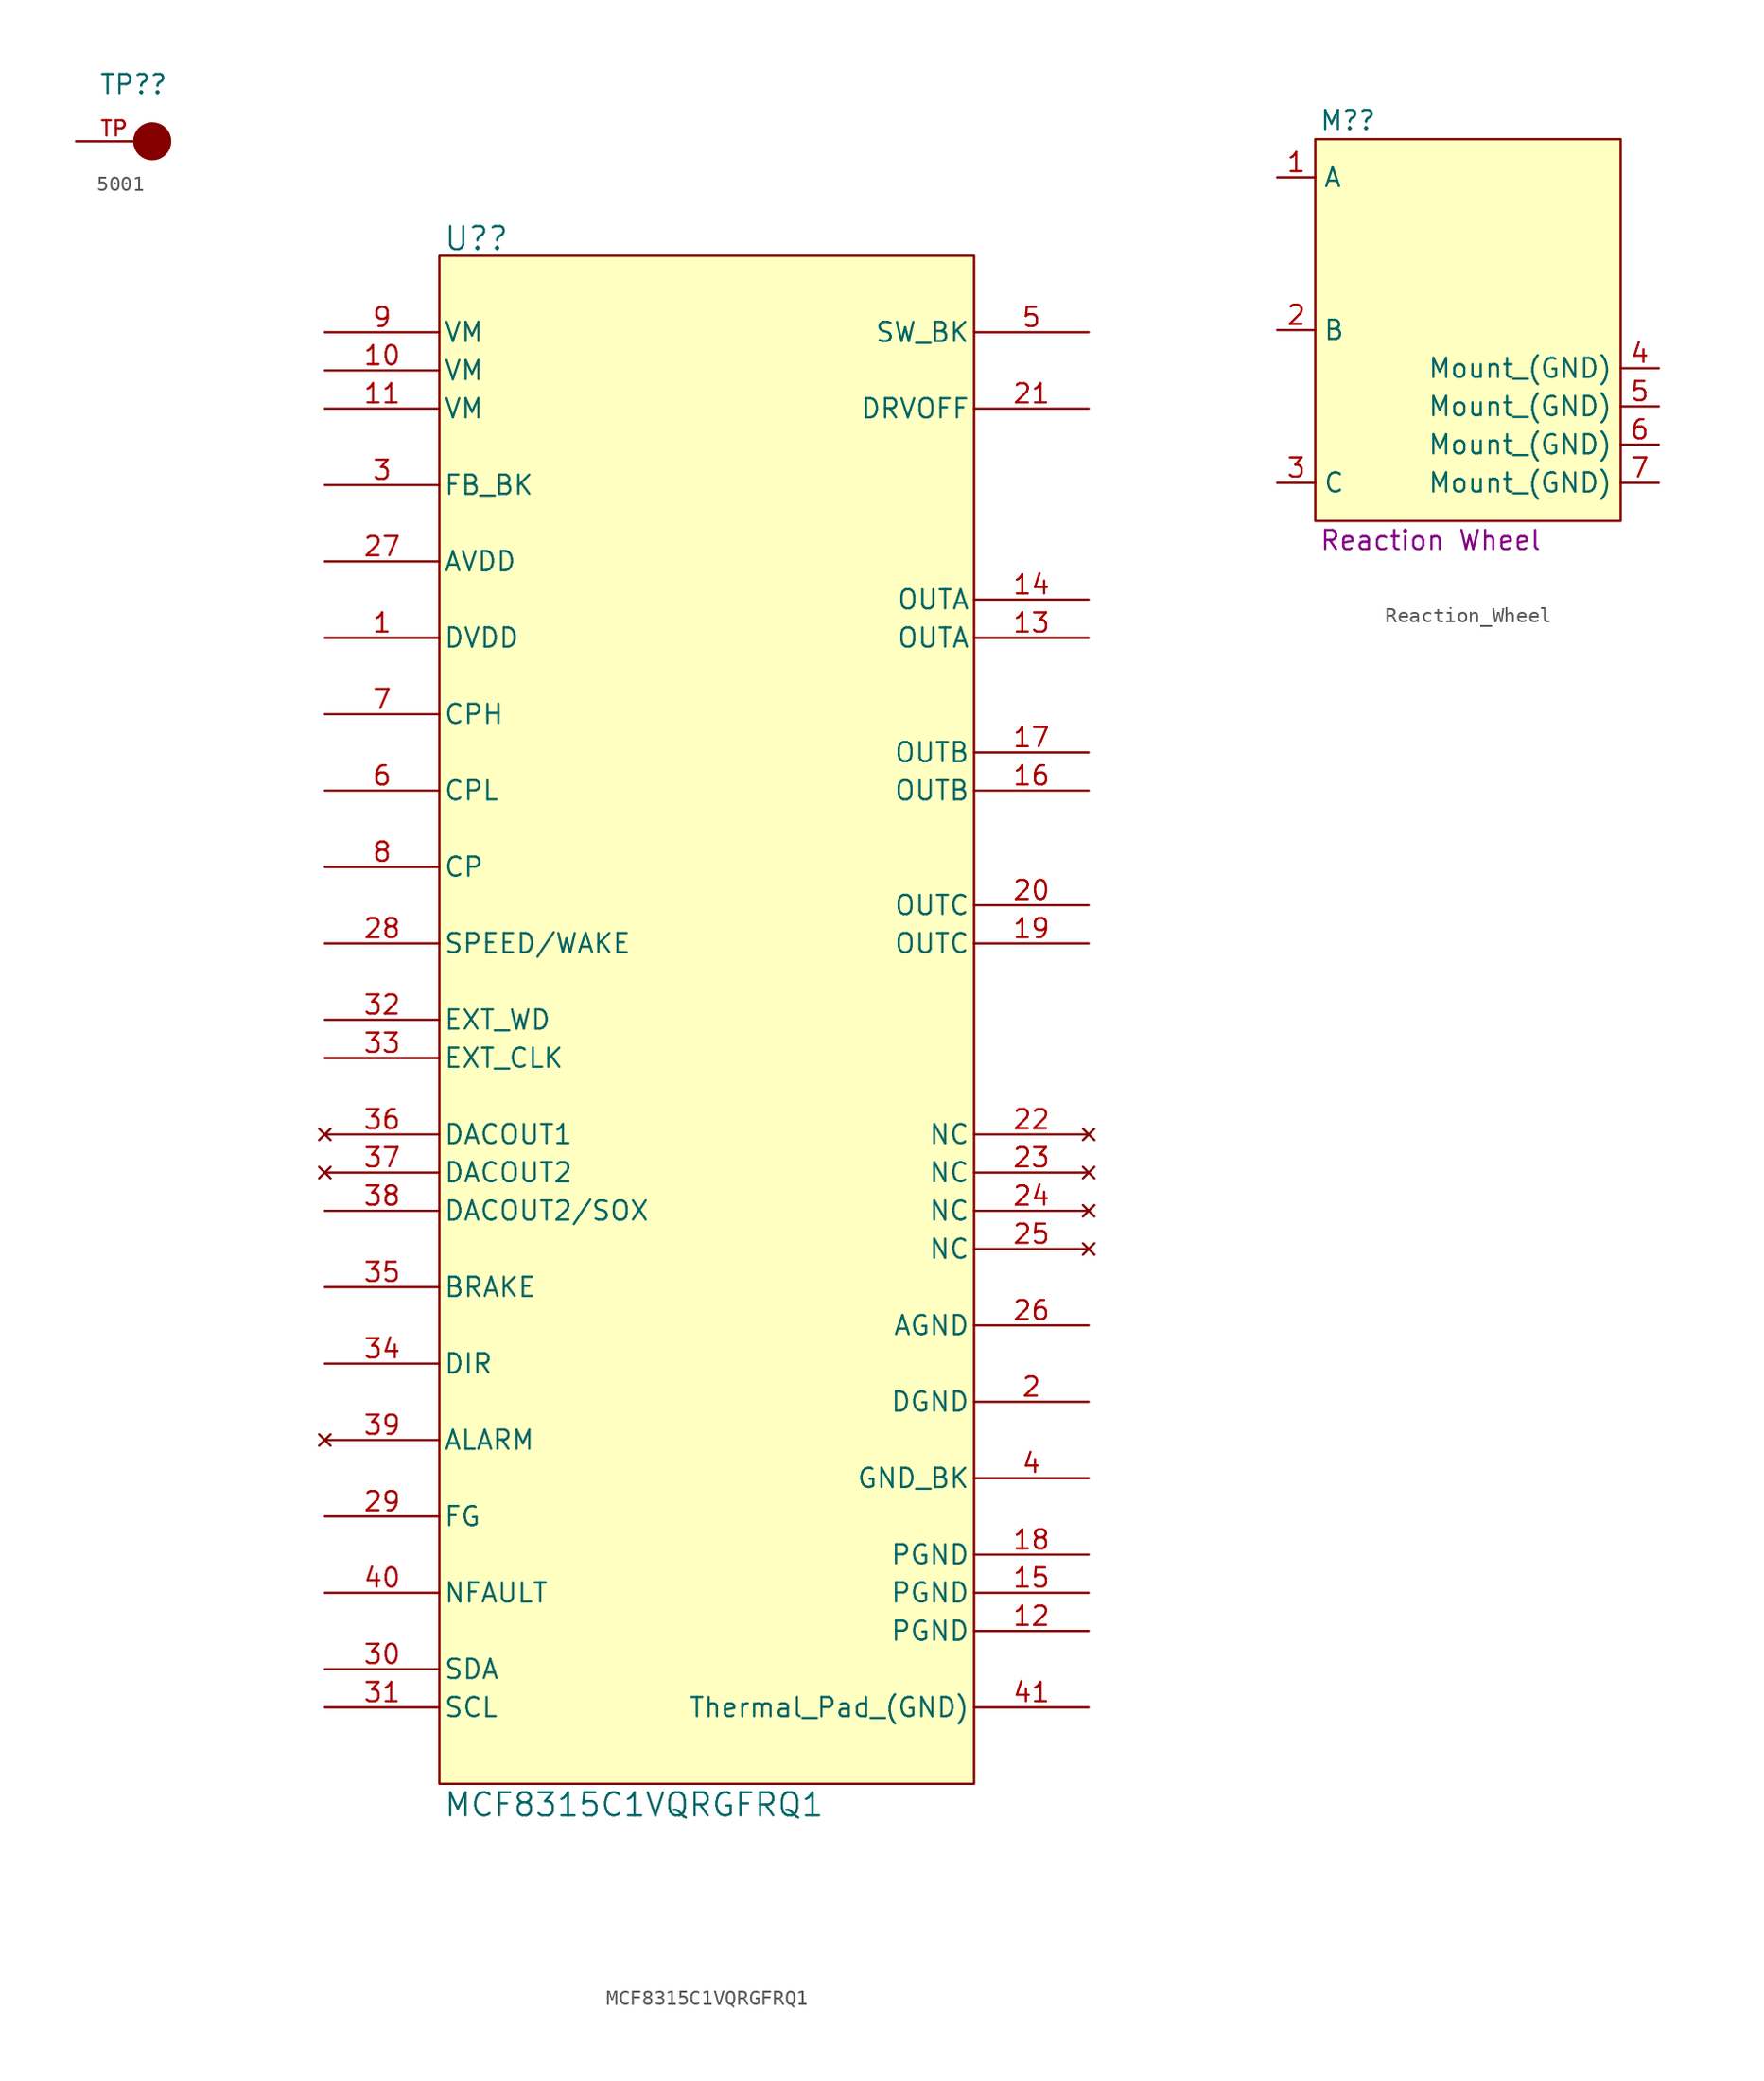
<source format=kicad_sym>
(kicad_symbol_lib
  (version 20231120)
  (generator "kicad_symbol_editor")
  (generator_version "8.0")
  (symbol "5001"
    (property "Reference" "TP?"
      (at -3.556 3.048 0)
      (do_not_autoplace)
      (effects (font (size 1.27 1.27)) (justify left bottom)))
    (property "Value" ""
      (at 0 0 0)
      (effects (font (size 1.27 1.27))))
    (symbol "5001_0_0"
      (circle (center 0 0) (radius 0.635) (stroke (width 1.27) (type default)) (fill (type none)))
      (pin passive line (at -5.08 0 0) (length 5.08) (name "~" (effects (font (size 1.016 1.016)))) (number "TP" (effects (font (size 1.016 1.016)))))))
  (symbol "MCF8315C1VQRGFRQ1"
    (pin_names
      (offset 0.254))
    (property "Reference" "U?"
      (at 0.254 0.254 0)
      (do_not_autoplace)
      (effects (font (size 1.524 1.524)) (justify left bottom)))
    (property "Value" "MCF8315C1VQRGFRQ1"
      (at 0.254 -103.886 0)
      (do_not_autoplace)
      (effects (font (face "KiCad Font") (size 1.524 1.524)) (justify left bottom)))
    (symbol "MCF8315C1VQRGFRQ1_0_1"
      (pin power_in line (at -7.62 -25.4 0) (length 7.62) (name "DVDD" (effects (font (size 1.27 1.27)))) (number "1" (effects (font (size 1.27 1.27)))))
      (pin power_in line (at -7.62 -7.62 0) (length 7.62) (name "VM" (effects (font (size 1.27 1.27)))) (number "10" (effects (font (size 1.27 1.27)))))
      (pin power_in line (at -7.62 -10.16 0) (length 7.62) (name "VM" (effects (font (size 1.27 1.27)))) (number "11" (effects (font (size 1.27 1.27)))))
      (pin power_out line (at 43.18 -91.44 180) (length 7.62) (name "PGND" (effects (font (size 1.27 1.27)))) (number "12" (effects (font (size 1.27 1.27)))))
      (pin output line (at 43.18 -25.4 180) (length 7.62) (name "OUTA" (effects (font (size 1.27 1.27)))) (number "13" (effects (font (size 1.27 1.27)))))
      (pin output line (at 43.18 -22.86 180) (length 7.62) (name "OUTA" (effects (font (size 1.27 1.27)))) (number "14" (effects (font (size 1.27 1.27)))))
      (pin power_in line (at 43.18 -88.9 180) (length 7.62) (name "PGND" (effects (font (size 1.27 1.27)))) (number "15" (effects (font (size 1.27 1.27)))))
      (pin output line (at 43.18 -35.56 180) (length 7.62) (name "OUTB" (effects (font (size 1.27 1.27)))) (number "16" (effects (font (size 1.27 1.27)))))
      (pin output line (at 43.18 -33.02 180) (length 7.62) (name "OUTB" (effects (font (size 1.27 1.27)))) (number "17" (effects (font (size 1.27 1.27)))))
      (pin power_in line (at 43.18 -86.36 180) (length 7.62) (name "PGND" (effects (font (size 1.27 1.27)))) (number "18" (effects (font (size 1.27 1.27)))))
      (pin output line (at 43.18 -45.72 180) (length 7.62) (name "OUTC" (effects (font (size 1.27 1.27)))) (number "19" (effects (font (size 1.27 1.27)))))
      (pin power_out line (at 43.18 -76.2 180) (length 7.62) (name "DGND" (effects (font (size 1.27 1.27)))) (number "2" (effects (font (size 1.27 1.27)))))
      (pin output line (at 43.18 -43.18 180) (length 7.62) (name "OUTC" (effects (font (size 1.27 1.27)))) (number "20" (effects (font (size 1.27 1.27)))))
      (pin input line (at 43.18 -10.16 180) (length 7.62) (name "DRVOFF" (effects (font (size 1.27 1.27)))) (number "21" (effects (font (size 1.27 1.27)))))
      (pin no_connect line (at 43.18 -58.42 180) (length 7.62) (name "NC" (effects (font (size 1.27 1.27)))) (number "22" (effects (font (size 1.27 1.27)))))
      (pin no_connect line (at 43.18 -60.96 180) (length 7.62) (name "NC" (effects (font (size 1.27 1.27)))) (number "23" (effects (font (size 1.27 1.27)))))
      (pin no_connect line (at 43.18 -63.5 180) (length 7.62) (name "NC" (effects (font (size 1.27 1.27)))) (number "24" (effects (font (size 1.27 1.27)))))
      (pin no_connect line (at 43.18 -66.04 180) (length 7.62) (name "NC" (effects (font (size 1.27 1.27)))) (number "25" (effects (font (size 1.27 1.27)))))
      (pin power_out line (at 43.18 -71.12 180) (length 7.62) (name "AGND" (effects (font (size 1.27 1.27)))) (number "26" (effects (font (size 1.27 1.27)))))
      (pin power_in line (at -7.62 -20.32 0) (length 7.62) (name "AVDD" (effects (font (size 1.27 1.27)))) (number "27" (effects (font (size 1.27 1.27)))))
      (pin input line (at -7.62 -45.72 0) (length 7.62) (name "SPEED/WAKE" (effects (font (size 1.27 1.27)))) (number "28" (effects (font (size 1.27 1.27)))))
      (pin output line (at -7.62 -83.82 0) (length 7.62) (name "FG" (effects (font (size 1.27 1.27)))) (number "29" (effects (font (size 1.27 1.27)))))
      (pin power_in line (at -7.62 -15.24 0) (length 7.62) (name "FB_BK" (effects (font (size 1.27 1.27)))) (number "3" (effects (font (size 1.27 1.27)))))
      (pin bidirectional line (at -7.62 -93.98 0) (length 7.62) (name "SDA" (effects (font (size 1.27 1.27)))) (number "30" (effects (font (size 1.27 1.27)))))
      (pin input line (at -7.62 -96.52 0) (length 7.62) (name "SCL" (effects (font (size 1.27 1.27)))) (number "31" (effects (font (size 1.27 1.27)))))
      (pin input line (at -7.62 -50.8 0) (length 7.62) (name "EXT_WD" (effects (font (size 1.27 1.27)))) (number "32" (effects (font (size 1.27 1.27)))))
      (pin input line (at -7.62 -53.34 0) (length 7.62) (name "EXT_CLK" (effects (font (size 1.27 1.27)))) (number "33" (effects (font (size 1.27 1.27)))))
      (pin input line (at -7.62 -73.66 0) (length 7.62) (name "DIR" (effects (font (size 1.27 1.27)))) (number "34" (effects (font (size 1.27 1.27)))))
      (pin input line (at -7.62 -68.58 0) (length 7.62) (name "BRAKE" (effects (font (size 1.27 1.27)))) (number "35" (effects (font (size 1.27 1.27)))))
      (pin no_connect line (at -7.62 -58.42 0) (length 7.62) (name "DACOUT1" (effects (font (size 1.27 1.27)))) (number "36" (effects (font (size 1.27 1.27)))))
      (pin no_connect line (at -7.62 -60.96 0) (length 7.62) (name "DACOUT2" (effects (font (size 1.27 1.27)))) (number "37" (effects (font (size 1.27 1.27)))))
      (pin output line (at -7.62 -63.5 0) (length 7.62) (name "DACOUT2/SOX" (effects (font (size 1.27 1.27)))) (number "38" (effects (font (size 1.27 1.27)))))
      (pin no_connect line (at -7.62 -78.74 0) (length 7.62) (name "ALARM" (effects (font (size 1.27 1.27)))) (number "39" (effects (font (size 1.27 1.27)))))
      (pin power_out line (at 43.18 -81.28 180) (length 7.62) (name "GND_BK" (effects (font (size 1.27 1.27)))) (number "4" (effects (font (size 1.27 1.27)))))
      (pin output line (at -7.62 -88.9 0) (length 7.62) (name "NFAULT" (effects (font (size 1.27 1.27)))) (number "40" (effects (font (size 1.27 1.27)))))
      (pin power_in line (at 43.18 -5.08 180) (length 7.62) (name "SW_BK" (effects (font (size 1.27 1.27)))) (number "5" (effects (font (size 1.27 1.27)))))
      (pin power_in line (at -7.62 -35.56 0) (length 7.62) (name "CPL" (effects (font (size 1.27 1.27)))) (number "6" (effects (font (size 1.27 1.27)))))
      (pin power_in line (at -7.62 -30.48 0) (length 7.62) (name "CPH" (effects (font (size 1.27 1.27)))) (number "7" (effects (font (size 1.27 1.27)))))
      (pin power_in line (at -7.62 -40.64 0) (length 7.62) (name "CP" (effects (font (size 1.27 1.27)))) (number "8" (effects (font (size 1.27 1.27)))))
      (pin power_in line (at -7.62 -5.08 0) (length 7.62) (name "VM" (effects (font (size 1.27 1.27)))) (number "9" (effects (font (size 1.27 1.27))))))
    (symbol "MCF8315C1VQRGFRQ1_1_1"
      (rectangle (start 0 0) (end 35.56 -101.6) (stroke (width 0) (type default)) (fill (type background)))
      (pin power_out line (at 43.18 -96.52 180) (length 7.62) (name "Thermal_Pad_(GND)" (effects (font (size 1.27 1.27)))) (number "41" (effects (font (size 1.27 1.27)))))))
  (symbol "Reaction_Wheel"
    (property "Reference" "M?"
      (at 0.254 0.508 0)
      (do_not_autoplace)
      (effects (font (size 1.27 1.27)) (justify left bottom)))
    (property "Value" ""
      (at 0 0 0)
      (effects (font (size 1.27 1.27))))
    (property "Description" "Reaction Wheel "
      (at 0.254 -27.432 0)
      (do_not_autoplace)
      (effects (font (size 1.27 1.27)) (justify left bottom)))
    (symbol "Reaction_Wheel_1_1"
      (rectangle (start 0 0) (end 20.32 -25.4) (stroke (width 0) (type default)) (fill (type background)))
      (pin bidirectional line (at -2.54 -2.54 0) (length 2.54) (name "A" (effects (font (size 1.27 1.27)))) (number "1" (effects (font (size 1.27 1.27)))))
      (pin bidirectional line (at -2.54 -12.7 0) (length 2.54) (name "B" (effects (font (size 1.27 1.27)))) (number "2" (effects (font (size 1.27 1.27)))))
      (pin bidirectional line (at -2.54 -22.86 0) (length 2.54) (name "C" (effects (font (size 1.27 1.27)))) (number "3" (effects (font (size 1.27 1.27)))))
      (pin passive line (at 22.86 -15.24 180) (length 2.54) (name "Mount_(GND)" (effects (font (size 1.27 1.27)))) (number "4" (effects (font (size 1.27 1.27)))))
      (pin passive line (at 22.86 -17.78 180) (length 2.54) (name "Mount_(GND)" (effects (font (size 1.27 1.27)))) (number "5" (effects (font (size 1.27 1.27)))))
      (pin passive line (at 22.86 -20.32 180) (length 2.54) (name "Mount_(GND)" (effects (font (size 1.27 1.27)))) (number "6" (effects (font (size 1.27 1.27)))))
      (pin passive line (at 22.86 -22.86 180) (length 2.54) (name "Mount_(GND)" (effects (font (size 1.27 1.27)))) (number "7" (effects (font (size 1.27 1.27))))))))
</source>
